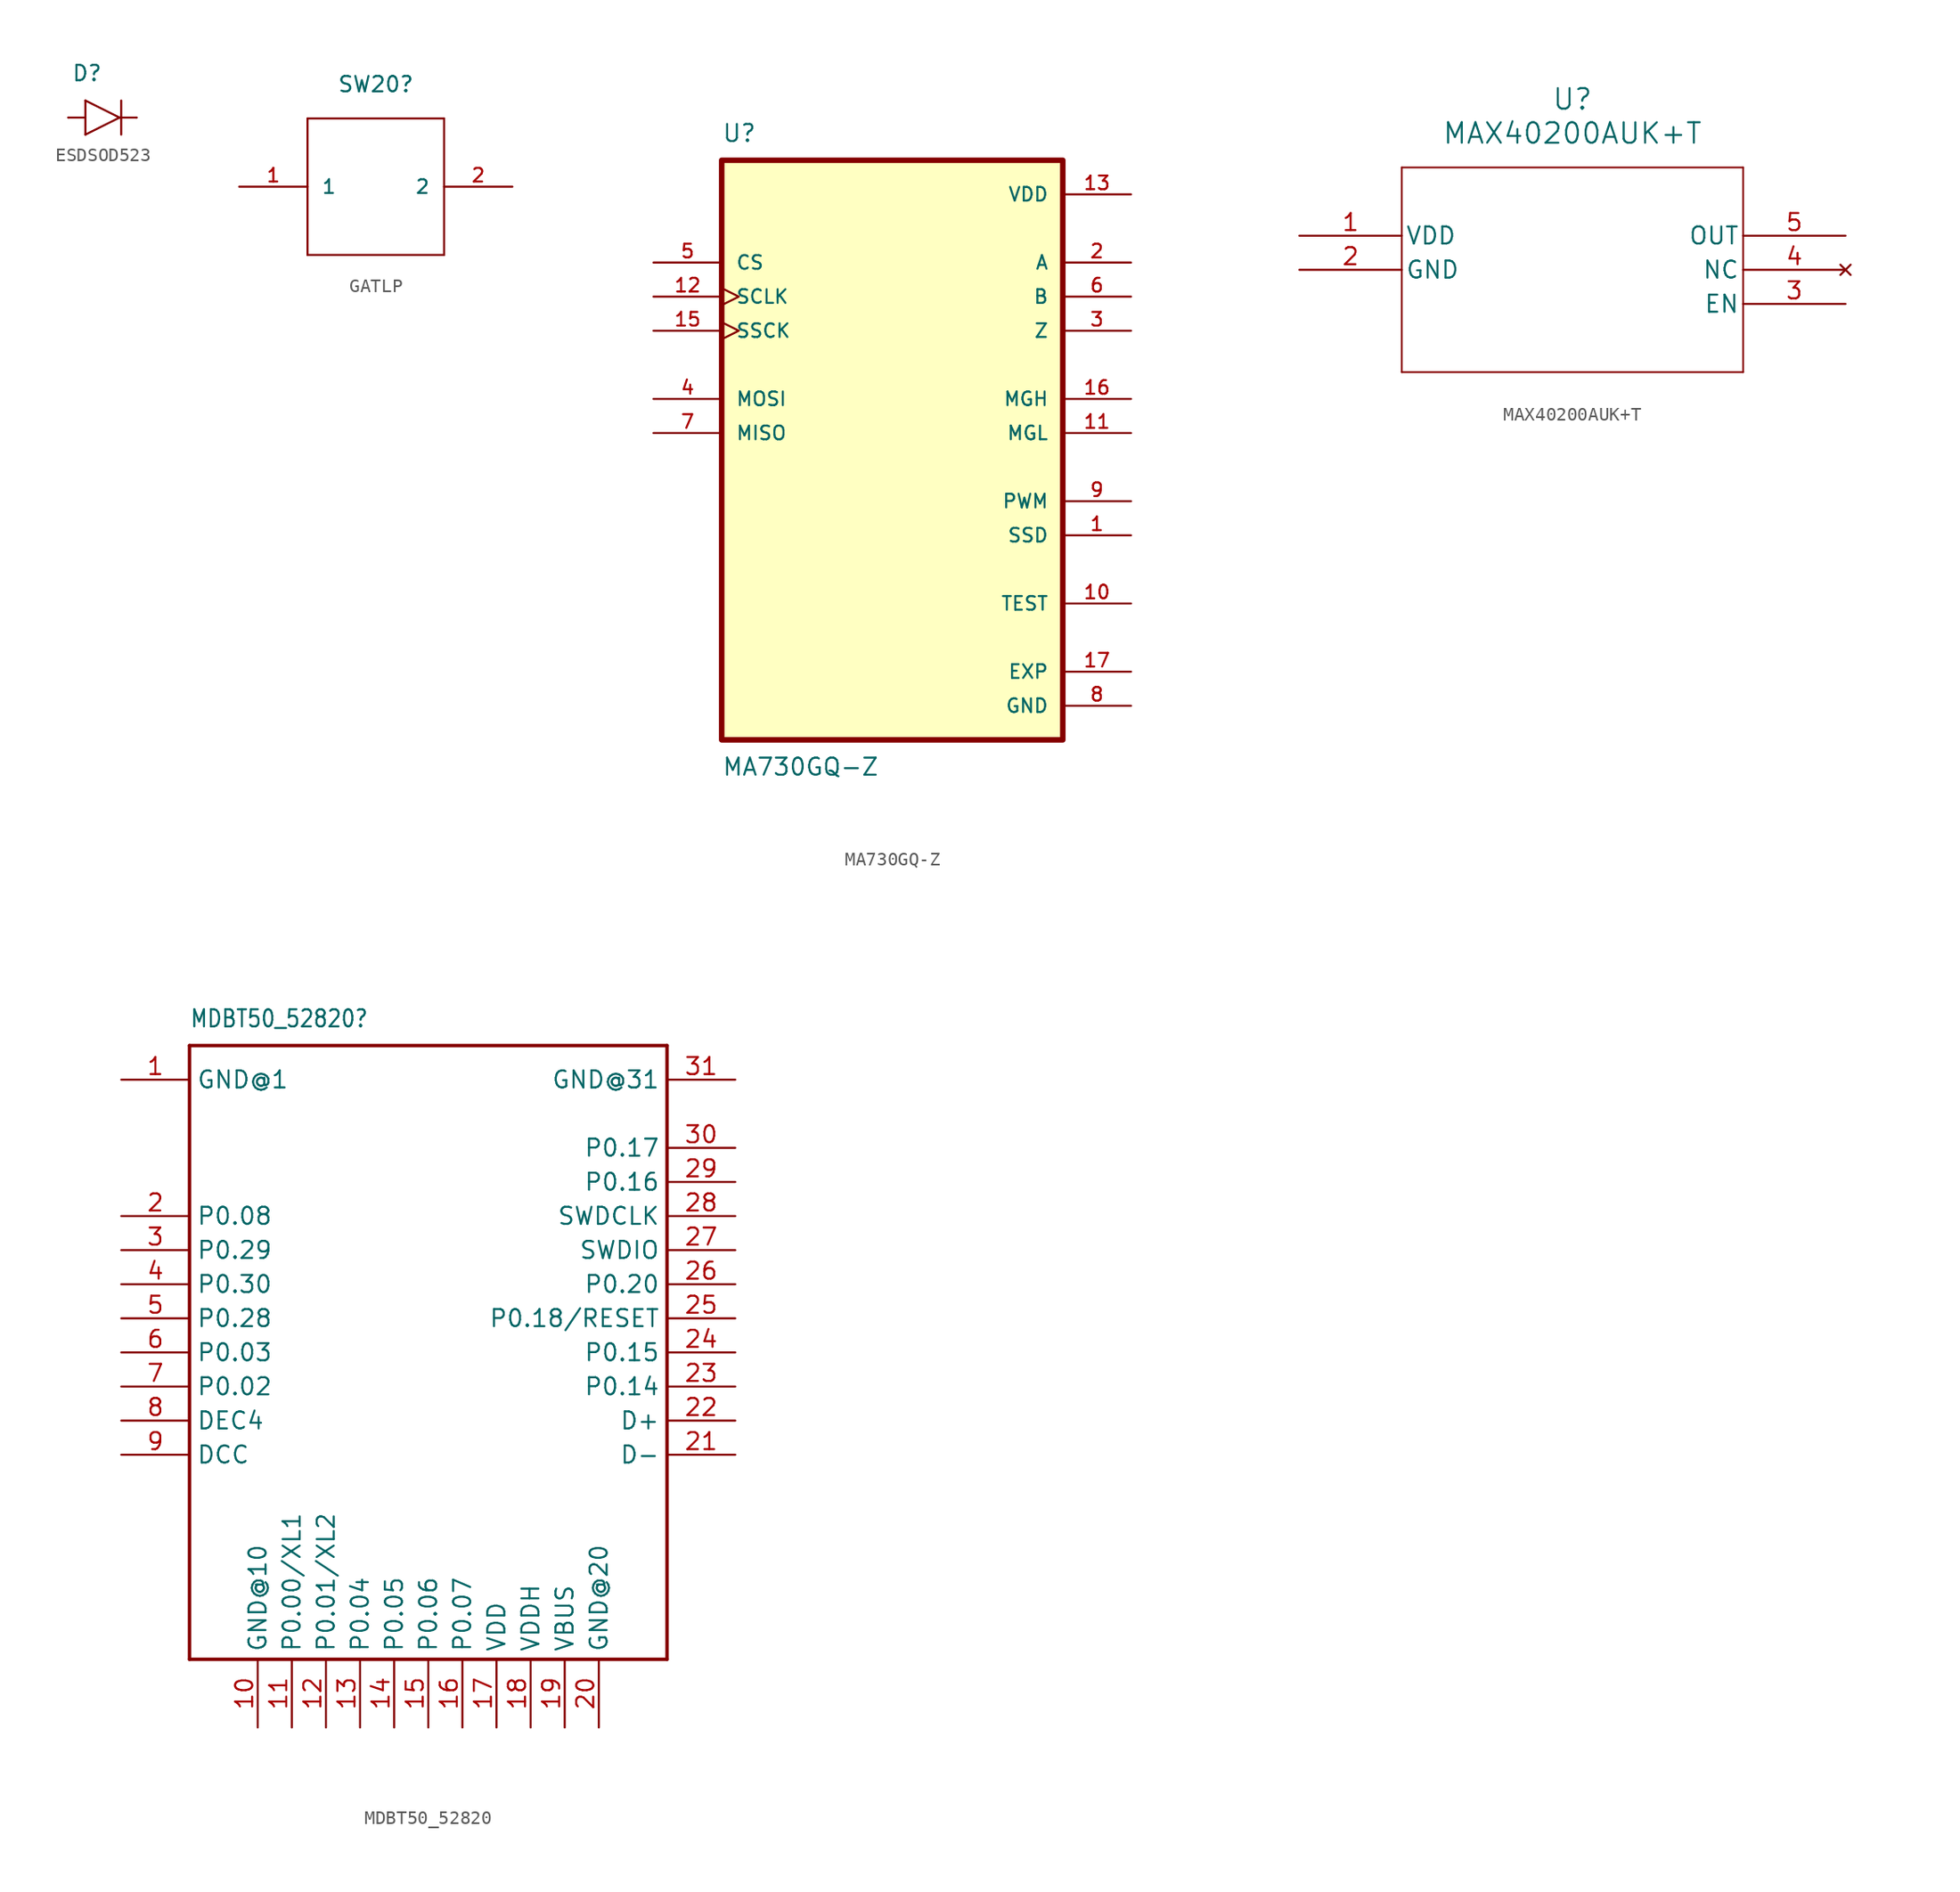
<source format=kicad_sym>
(kicad_symbol_lib
  (version 20231120)
  (generator "kicad_symbol_editor")
  (generator_version "8.0")
  (symbol "ESDSOD523"
    (pin_numbers hide)
    (pin_names
      (offset 1.016) hide)
    (property "Reference" "D"
      (at -2.311 2.642 0)
      (effects (font (size 1.143 1.143)) (justify left bottom)))
    (symbol "ESDSOD523_1_0"
      (polyline (pts (xy -2.54 0) (xy -1.27 0)) (stroke (width 0) (type default)) (fill (type none)))
      (polyline (pts (xy -1.27 -1.27) (xy 1.27 0)) (stroke (width 0) (type default)) (fill (type none)))
      (polyline (pts (xy -1.27 0) (xy -1.27 -1.27)) (stroke (width 0) (type default)) (fill (type none)))
      (polyline (pts (xy -1.27 1.27) (xy -1.27 0)) (stroke (width 0) (type default)) (fill (type none)))
      (polyline (pts (xy 1.27 0) (xy -1.27 1.27)) (stroke (width 0) (type default)) (fill (type none)))
      (polyline (pts (xy 1.397 1.27) (xy 1.397 -1.27)) (stroke (width 0) (type default)) (fill (type none)))
      (polyline (pts (xy 2.54 0) (xy 1.27 0)) (stroke (width 0) (type default)) (fill (type none))))
    (symbol "ESDSOD523_1_1"
      (pin passive line (at 2.54 0 180) (length 0) (name "1" (effects (font (size 1.016 1.016)))) (number "1" (effects (font (size 1.016 1.016)))))
      (pin passive line (at -2.54 0 0) (length 0) (name "2" (effects (font (size 1.016 1.016)))) (number "2" (effects (font (size 1.016 1.016)))))))
  (symbol "GATLP"
    (pin_names
      (offset 1.016))
    (property "Reference" "SW20"
      (at 0 7.62 0)
      (effects (font (size 1.143 1.143))))
    (symbol "GATLP_1_0"
      (polyline (pts (xy -5.08 -5.08) (xy -5.08 5.08)) (stroke (width 0) (type default)) (fill (type none)))
      (polyline (pts (xy -5.08 5.08) (xy 5.08 5.08)) (stroke (width 0) (type default)) (fill (type none)))
      (polyline (pts (xy 5.08 -5.08) (xy -5.08 -5.08)) (stroke (width 0) (type default)) (fill (type none)))
      (polyline (pts (xy 5.08 5.08) (xy 5.08 -5.08)) (stroke (width 0) (type default)) (fill (type none))))
    (symbol "GATLP_1_1"
      (pin bidirectional line (at -10.16 0 0) (length 5.08) (name "1" (effects (font (size 1.016 1.016)))) (number "1" (effects (font (size 1.016 1.016)))))
      (pin bidirectional line (at 10.16 0 180) (length 5.08) (name "2" (effects (font (size 1.016 1.016)))) (number "2" (effects (font (size 1.016 1.016)))))))
  (symbol "MA730GQ-Z"
    (pin_names
      (offset 1.016))
    (property "Reference" "U"
      (at -12.7 21.59 0)
      (effects (font (size 1.27 1.27)) (justify left bottom)))
    (property "Value" "MA730GQ-Z"
      (at -12.7 -24.13 0)
      (effects (font (size 1.27 1.27)) (justify left top)))
    (symbol "MA730GQ-Z_0_0"
      (rectangle (start -12.7 -22.86) (end 12.7 20.32) (stroke (width 0.41) (type default)) (fill (type background)))
      (pin output line (at 17.78 -7.62 180) (length 5.08) (name "SSD" (effects (font (size 1.016 1.016)))) (number "1" (effects (font (size 1.016 1.016)))))
      (pin bidirectional line (at 17.78 -12.7 180) (length 5.08) (name "TEST" (effects (font (size 1.016 1.016)))) (number "10" (effects (font (size 1.016 1.016)))))
      (pin output line (at 17.78 0 180) (length 5.08) (name "MGL" (effects (font (size 1.016 1.016)))) (number "11" (effects (font (size 1.016 1.016)))))
      (pin input clock (at -17.78 10.16 0) (length 5.08) (name "SCLK" (effects (font (size 1.016 1.016)))) (number "12" (effects (font (size 1.016 1.016)))))
      (pin power_in line (at 17.78 17.78 180) (length 5.08) (name "VDD" (effects (font (size 1.016 1.016)))) (number "13" (effects (font (size 1.016 1.016)))))
      (pin input clock (at -17.78 7.62 0) (length 5.08) (name "SSCK" (effects (font (size 1.016 1.016)))) (number "15" (effects (font (size 1.016 1.016)))))
      (pin output line (at 17.78 2.54 180) (length 5.08) (name "MGH" (effects (font (size 1.016 1.016)))) (number "16" (effects (font (size 1.016 1.016)))))
      (pin power_in line (at 17.78 -17.78 180) (length 5.08) (name "EXP" (effects (font (size 1.016 1.016)))) (number "17" (effects (font (size 1.016 1.016)))))
      (pin output line (at 17.78 12.7 180) (length 5.08) (name "A" (effects (font (size 1.016 1.016)))) (number "2" (effects (font (size 1.016 1.016)))))
      (pin output line (at 17.78 7.62 180) (length 5.08) (name "Z" (effects (font (size 1.016 1.016)))) (number "3" (effects (font (size 1.016 1.016)))))
      (pin input line (at -17.78 2.54 0) (length 5.08) (name "MOSI" (effects (font (size 1.016 1.016)))) (number "4" (effects (font (size 1.016 1.016)))))
      (pin input line (at -17.78 12.7 0) (length 5.08) (name "CS" (effects (font (size 1.016 1.016)))) (number "5" (effects (font (size 1.016 1.016)))))
      (pin output line (at 17.78 10.16 180) (length 5.08) (name "B" (effects (font (size 1.016 1.016)))) (number "6" (effects (font (size 1.016 1.016)))))
      (pin output line (at -17.78 0 0) (length 5.08) (name "MISO" (effects (font (size 1.016 1.016)))) (number "7" (effects (font (size 1.016 1.016)))))
      (pin power_in line (at 17.78 -20.32 180) (length 5.08) (name "GND" (effects (font (size 1.016 1.016)))) (number "8" (effects (font (size 1.016 1.016)))))
      (pin output line (at 17.78 -5.08 180) (length 5.08) (name "PWM" (effects (font (size 1.016 1.016)))) (number "9" (effects (font (size 1.016 1.016)))))))
  (symbol "MAX40200AUK+T"
    (pin_names
      (offset 0.254))
    (property "Reference" "U"
      (at 20.32 10.16 0)
      (effects (font (size 1.524 1.524))))
    (property "Value" "MAX40200AUK+T"
      (at 20.32 7.62 0)
      (effects (font (size 1.524 1.524))))
    (property "ki_locked" ""
      (at 0 0 0)
      (effects (font (size 1.27 1.27))))
    (symbol "MAX40200AUK+T_0_1"
      (polyline (pts (xy 7.62 -10.16) (xy 33.02 -10.16)) (stroke (width 0.127) (type default)) (fill (type none)))
      (polyline (pts (xy 7.62 5.08) (xy 7.62 -10.16)) (stroke (width 0.127) (type default)) (fill (type none)))
      (polyline (pts (xy 33.02 -10.16) (xy 33.02 5.08)) (stroke (width 0.127) (type default)) (fill (type none)))
      (polyline (pts (xy 33.02 5.08) (xy 7.62 5.08)) (stroke (width 0.127) (type default)) (fill (type none)))
      (pin power_in line (at 0 0 0) (length 7.62) (name "VDD" (effects (font (size 1.27 1.27)))) (number "1" (effects (font (size 1.27 1.27)))))
      (pin power_out line (at 0 -2.54 0) (length 7.62) (name "GND" (effects (font (size 1.27 1.27)))) (number "2" (effects (font (size 1.27 1.27)))))
      (pin unspecified line (at 40.64 -5.08 180) (length 7.62) (name "EN" (effects (font (size 1.27 1.27)))) (number "3" (effects (font (size 1.27 1.27)))))
      (pin no_connect line (at 40.64 -2.54 180) (length 7.62) (name "NC" (effects (font (size 1.27 1.27)))) (number "4" (effects (font (size 1.27 1.27)))))
      (pin output line (at 40.64 0 180) (length 7.62) (name "OUT" (effects (font (size 1.27 1.27)))) (number "5" (effects (font (size 1.27 1.27)))))))
  (symbol "MDBT50_52820"
    (property "Reference" "MDBT50_52820"
      (at -17.78 24.13 0)
      (effects (font (size 1.27 1.079)) (justify left bottom)))
    (property "Value" ""
      (at 15.24 -25.4 0)
      (effects (font (size 1.27 1.079)) (justify left bottom)))
    (property "ki_locked" ""
      (at 0 0 0)
      (effects (font (size 1.27 1.27))))
    (symbol "MDBT50_52820_1_0"
      (polyline (pts (xy -17.78 -22.86) (xy 17.78 -22.86)) (stroke (width 0.254) (type solid)) (fill (type none)))
      (polyline (pts (xy -17.78 22.86) (xy -17.78 -22.86)) (stroke (width 0.254) (type solid)) (fill (type none)))
      (polyline (pts (xy 17.78 -22.86) (xy 17.78 22.86)) (stroke (width 0.254) (type solid)) (fill (type none)))
      (polyline (pts (xy 17.78 22.86) (xy -17.78 22.86)) (stroke (width 0.254) (type solid)) (fill (type none)))
      (pin bidirectional line (at -22.86 20.32 0) (length 5.08) (name "GND@1" (effects (font (size 1.27 1.27)))) (number "1" (effects (font (size 1.27 1.27)))))
      (pin bidirectional line (at -12.7 -27.94 90) (length 5.08) (name "GND@10" (effects (font (size 1.27 1.27)))) (number "10" (effects (font (size 1.27 1.27)))))
      (pin bidirectional line (at -10.16 -27.94 90) (length 5.08) (name "P0.00/XL1" (effects (font (size 1.27 1.27)))) (number "11" (effects (font (size 1.27 1.27)))))
      (pin bidirectional line (at -7.62 -27.94 90) (length 5.08) (name "P0.01/XL2" (effects (font (size 1.27 1.27)))) (number "12" (effects (font (size 1.27 1.27)))))
      (pin bidirectional line (at -5.08 -27.94 90) (length 5.08) (name "P0.04" (effects (font (size 1.27 1.27)))) (number "13" (effects (font (size 1.27 1.27)))))
      (pin bidirectional line (at -2.54 -27.94 90) (length 5.08) (name "P0.05" (effects (font (size 1.27 1.27)))) (number "14" (effects (font (size 1.27 1.27)))))
      (pin bidirectional line (at 0 -27.94 90) (length 5.08) (name "P0.06" (effects (font (size 1.27 1.27)))) (number "15" (effects (font (size 1.27 1.27)))))
      (pin bidirectional line (at 2.54 -27.94 90) (length 5.08) (name "P0.07" (effects (font (size 1.27 1.27)))) (number "16" (effects (font (size 1.27 1.27)))))
      (pin bidirectional line (at 5.08 -27.94 90) (length 5.08) (name "VDD" (effects (font (size 1.27 1.27)))) (number "17" (effects (font (size 1.27 1.27)))))
      (pin bidirectional line (at 7.62 -27.94 90) (length 5.08) (name "VDDH" (effects (font (size 1.27 1.27)))) (number "18" (effects (font (size 1.27 1.27)))))
      (pin bidirectional line (at 10.16 -27.94 90) (length 5.08) (name "VBUS" (effects (font (size 1.27 1.27)))) (number "19" (effects (font (size 1.27 1.27)))))
      (pin bidirectional line (at -22.86 10.16 0) (length 5.08) (name "P0.08" (effects (font (size 1.27 1.27)))) (number "2" (effects (font (size 1.27 1.27)))))
      (pin bidirectional line (at 12.7 -27.94 90) (length 5.08) (name "GND@20" (effects (font (size 1.27 1.27)))) (number "20" (effects (font (size 1.27 1.27)))))
      (pin bidirectional line (at 22.86 -7.62 180) (length 5.08) (name "D-" (effects (font (size 1.27 1.27)))) (number "21" (effects (font (size 1.27 1.27)))))
      (pin bidirectional line (at 22.86 -5.08 180) (length 5.08) (name "D+" (effects (font (size 1.27 1.27)))) (number "22" (effects (font (size 1.27 1.27)))))
      (pin bidirectional line (at 22.86 -2.54 180) (length 5.08) (name "P0.14" (effects (font (size 1.27 1.27)))) (number "23" (effects (font (size 1.27 1.27)))))
      (pin bidirectional line (at 22.86 0 180) (length 5.08) (name "P0.15" (effects (font (size 1.27 1.27)))) (number "24" (effects (font (size 1.27 1.27)))))
      (pin bidirectional line (at 22.86 2.54 180) (length 5.08) (name "P0.18/RESET" (effects (font (size 1.27 1.27)))) (number "25" (effects (font (size 1.27 1.27)))))
      (pin bidirectional line (at 22.86 5.08 180) (length 5.08) (name "P0.20" (effects (font (size 1.27 1.27)))) (number "26" (effects (font (size 1.27 1.27)))))
      (pin bidirectional line (at 22.86 7.62 180) (length 5.08) (name "SWDIO" (effects (font (size 1.27 1.27)))) (number "27" (effects (font (size 1.27 1.27)))))
      (pin bidirectional line (at 22.86 10.16 180) (length 5.08) (name "SWDCLK" (effects (font (size 1.27 1.27)))) (number "28" (effects (font (size 1.27 1.27)))))
      (pin bidirectional line (at 22.86 12.7 180) (length 5.08) (name "P0.16" (effects (font (size 1.27 1.27)))) (number "29" (effects (font (size 1.27 1.27)))))
      (pin bidirectional line (at -22.86 7.62 0) (length 5.08) (name "P0.29" (effects (font (size 1.27 1.27)))) (number "3" (effects (font (size 1.27 1.27)))))
      (pin bidirectional line (at 22.86 15.24 180) (length 5.08) (name "P0.17" (effects (font (size 1.27 1.27)))) (number "30" (effects (font (size 1.27 1.27)))))
      (pin bidirectional line (at 22.86 20.32 180) (length 5.08) (name "GND@31" (effects (font (size 1.27 1.27)))) (number "31" (effects (font (size 1.27 1.27)))))
      (pin bidirectional line (at -22.86 5.08 0) (length 5.08) (name "P0.30" (effects (font (size 1.27 1.27)))) (number "4" (effects (font (size 1.27 1.27)))))
      (pin bidirectional line (at -22.86 2.54 0) (length 5.08) (name "P0.28" (effects (font (size 1.27 1.27)))) (number "5" (effects (font (size 1.27 1.27)))))
      (pin bidirectional line (at -22.86 0 0) (length 5.08) (name "P0.03" (effects (font (size 1.27 1.27)))) (number "6" (effects (font (size 1.27 1.27)))))
      (pin bidirectional line (at -22.86 -2.54 0) (length 5.08) (name "P0.02" (effects (font (size 1.27 1.27)))) (number "7" (effects (font (size 1.27 1.27)))))
      (pin bidirectional line (at -22.86 -5.08 0) (length 5.08) (name "DEC4" (effects (font (size 1.27 1.27)))) (number "8" (effects (font (size 1.27 1.27)))))
      (pin bidirectional line (at -22.86 -7.62 0) (length 5.08) (name "DCC" (effects (font (size 1.27 1.27)))) (number "9" (effects (font (size 1.27 1.27))))))))
</source>
